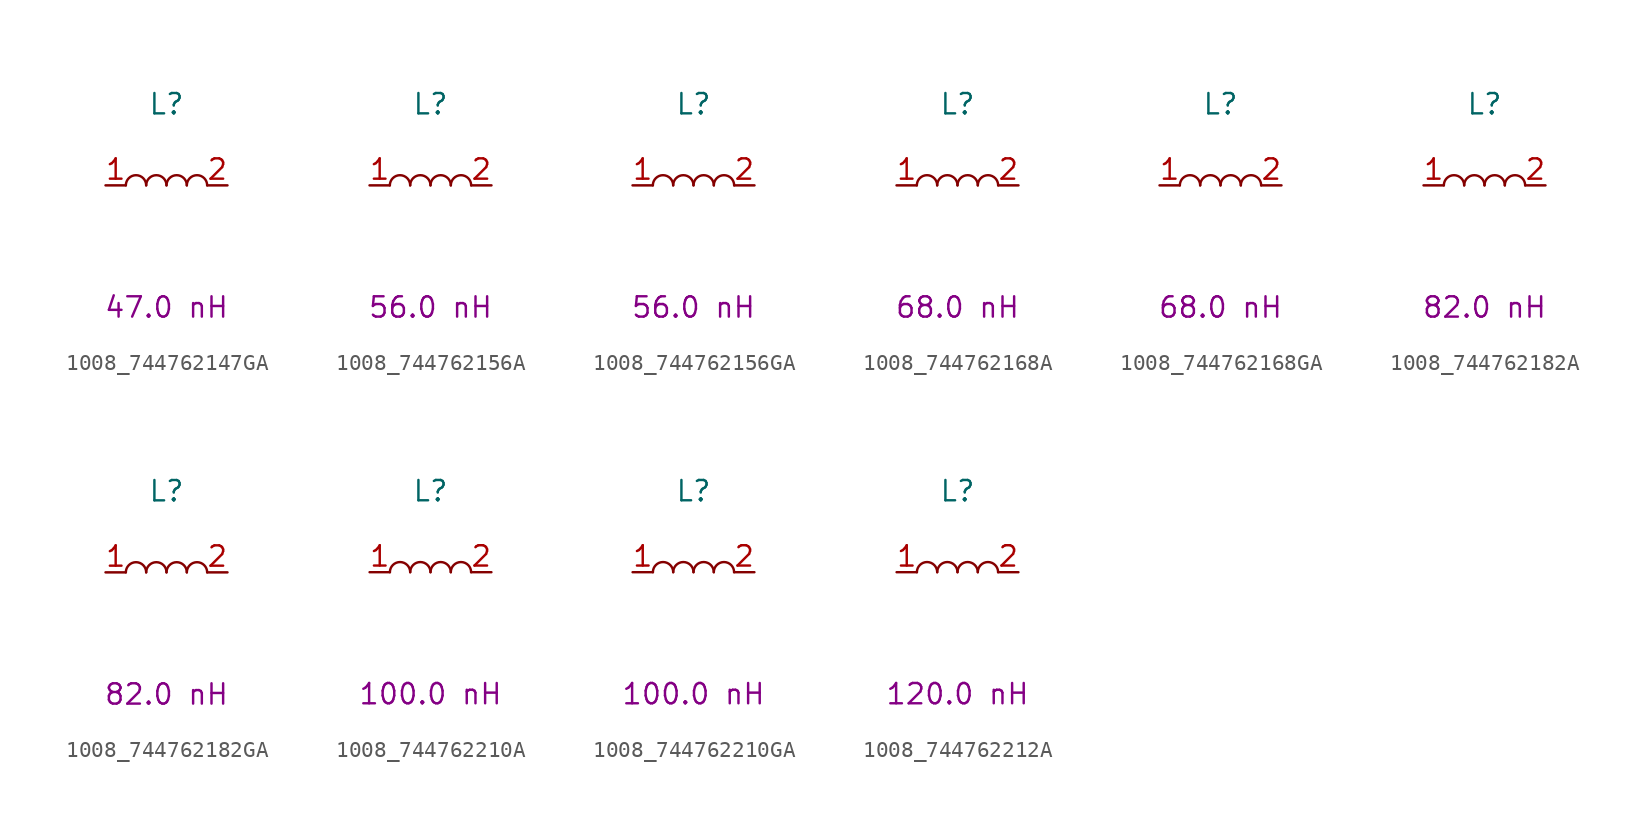
<source format=kicad_sym>
(kicad_symbol_lib
  (version 20220914)
  (generator kicad_symbol_editor)
  (symbol "1008_744762147GA"
    (pin_names hide)
    (property "Reference" "L"
      (at 0 5.08 0)
      (effects (font (size 1.27 1.27))))
    (property "Critical Parameter" "47.0 nH"
      (at 0 -7.62 0)
      (effects (font (size 1.27 1.27))))
    (symbol "1008_744762147GA_0_1"
      (arc (start -1.27 0) (mid -1.905 0.6323) (end -2.54 0) (stroke (width 0) (type default)) (fill (type none)))
      (arc (start 0 0) (mid -0.635 0.6323) (end -1.27 0) (stroke (width 0) (type default)) (fill (type none)))
      (arc (start 1.27 0) (mid 0.635 0.6323) (end 0 0) (stroke (width 0) (type default)) (fill (type none)))
      (arc (start 2.54 0) (mid 1.905 0.6323) (end 1.27 0) (stroke (width 0) (type default)) (fill (type none))))
    (symbol "1008_744762147GA_1_1"
      (pin passive line (at -3.81 0 0) (length 1.27) (name "1" (effects (font (size 1.27 1.27)))) (number "1" (effects (font (size 1.27 1.27)))))
      (pin passive line (at 3.81 0 180) (length 1.27) (name "2" (effects (font (size 1.27 1.27)))) (number "2" (effects (font (size 1.27 1.27)))))))
  (symbol "1008_744762156A"
    (pin_names hide)
    (property "Reference" "L"
      (at 0 5.08 0)
      (effects (font (size 1.27 1.27))))
    (property "Critical Parameter" "56.0 nH"
      (at 0 -7.62 0)
      (effects (font (size 1.27 1.27))))
    (symbol "1008_744762156A_0_1"
      (arc (start -1.27 0) (mid -1.905 0.6323) (end -2.54 0) (stroke (width 0) (type default)) (fill (type none)))
      (arc (start 0 0) (mid -0.635 0.6323) (end -1.27 0) (stroke (width 0) (type default)) (fill (type none)))
      (arc (start 1.27 0) (mid 0.635 0.6323) (end 0 0) (stroke (width 0) (type default)) (fill (type none)))
      (arc (start 2.54 0) (mid 1.905 0.6323) (end 1.27 0) (stroke (width 0) (type default)) (fill (type none))))
    (symbol "1008_744762156A_1_1"
      (pin passive line (at -3.81 0 0) (length 1.27) (name "1" (effects (font (size 1.27 1.27)))) (number "1" (effects (font (size 1.27 1.27)))))
      (pin passive line (at 3.81 0 180) (length 1.27) (name "2" (effects (font (size 1.27 1.27)))) (number "2" (effects (font (size 1.27 1.27)))))))
  (symbol "1008_744762156GA"
    (pin_names hide)
    (property "Reference" "L"
      (at 0 5.08 0)
      (effects (font (size 1.27 1.27))))
    (property "Critical Parameter" "56.0 nH"
      (at 0 -7.62 0)
      (effects (font (size 1.27 1.27))))
    (symbol "1008_744762156GA_0_1"
      (arc (start -1.27 0) (mid -1.905 0.6323) (end -2.54 0) (stroke (width 0) (type default)) (fill (type none)))
      (arc (start 0 0) (mid -0.635 0.6323) (end -1.27 0) (stroke (width 0) (type default)) (fill (type none)))
      (arc (start 1.27 0) (mid 0.635 0.6323) (end 0 0) (stroke (width 0) (type default)) (fill (type none)))
      (arc (start 2.54 0) (mid 1.905 0.6323) (end 1.27 0) (stroke (width 0) (type default)) (fill (type none))))
    (symbol "1008_744762156GA_1_1"
      (pin passive line (at -3.81 0 0) (length 1.27) (name "1" (effects (font (size 1.27 1.27)))) (number "1" (effects (font (size 1.27 1.27)))))
      (pin passive line (at 3.81 0 180) (length 1.27) (name "2" (effects (font (size 1.27 1.27)))) (number "2" (effects (font (size 1.27 1.27)))))))
  (symbol "1008_744762168A"
    (pin_names hide)
    (property "Reference" "L"
      (at 0 5.08 0)
      (effects (font (size 1.27 1.27))))
    (property "Critical Parameter" "68.0 nH"
      (at 0 -7.62 0)
      (effects (font (size 1.27 1.27))))
    (symbol "1008_744762168A_0_1"
      (arc (start -1.27 0) (mid -1.905 0.6323) (end -2.54 0) (stroke (width 0) (type default)) (fill (type none)))
      (arc (start 0 0) (mid -0.635 0.6323) (end -1.27 0) (stroke (width 0) (type default)) (fill (type none)))
      (arc (start 1.27 0) (mid 0.635 0.6323) (end 0 0) (stroke (width 0) (type default)) (fill (type none)))
      (arc (start 2.54 0) (mid 1.905 0.6323) (end 1.27 0) (stroke (width 0) (type default)) (fill (type none))))
    (symbol "1008_744762168A_1_1"
      (pin passive line (at -3.81 0 0) (length 1.27) (name "1" (effects (font (size 1.27 1.27)))) (number "1" (effects (font (size 1.27 1.27)))))
      (pin passive line (at 3.81 0 180) (length 1.27) (name "2" (effects (font (size 1.27 1.27)))) (number "2" (effects (font (size 1.27 1.27)))))))
  (symbol "1008_744762168GA"
    (pin_names hide)
    (property "Reference" "L"
      (at 0 5.08 0)
      (effects (font (size 1.27 1.27))))
    (property "Critical Parameter" "68.0 nH"
      (at 0 -7.62 0)
      (effects (font (size 1.27 1.27))))
    (symbol "1008_744762168GA_0_1"
      (arc (start -1.27 0) (mid -1.905 0.6323) (end -2.54 0) (stroke (width 0) (type default)) (fill (type none)))
      (arc (start 0 0) (mid -0.635 0.6323) (end -1.27 0) (stroke (width 0) (type default)) (fill (type none)))
      (arc (start 1.27 0) (mid 0.635 0.6323) (end 0 0) (stroke (width 0) (type default)) (fill (type none)))
      (arc (start 2.54 0) (mid 1.905 0.6323) (end 1.27 0) (stroke (width 0) (type default)) (fill (type none))))
    (symbol "1008_744762168GA_1_1"
      (pin passive line (at -3.81 0 0) (length 1.27) (name "1" (effects (font (size 1.27 1.27)))) (number "1" (effects (font (size 1.27 1.27)))))
      (pin passive line (at 3.81 0 180) (length 1.27) (name "2" (effects (font (size 1.27 1.27)))) (number "2" (effects (font (size 1.27 1.27)))))))
  (symbol "1008_744762182A"
    (pin_names hide)
    (property "Reference" "L"
      (at 0 5.08 0)
      (effects (font (size 1.27 1.27))))
    (property "Critical Parameter" "82.0 nH"
      (at 0 -7.62 0)
      (effects (font (size 1.27 1.27))))
    (symbol "1008_744762182A_0_1"
      (arc (start -1.27 0) (mid -1.905 0.6323) (end -2.54 0) (stroke (width 0) (type default)) (fill (type none)))
      (arc (start 0 0) (mid -0.635 0.6323) (end -1.27 0) (stroke (width 0) (type default)) (fill (type none)))
      (arc (start 1.27 0) (mid 0.635 0.6323) (end 0 0) (stroke (width 0) (type default)) (fill (type none)))
      (arc (start 2.54 0) (mid 1.905 0.6323) (end 1.27 0) (stroke (width 0) (type default)) (fill (type none))))
    (symbol "1008_744762182A_1_1"
      (pin passive line (at -3.81 0 0) (length 1.27) (name "1" (effects (font (size 1.27 1.27)))) (number "1" (effects (font (size 1.27 1.27)))))
      (pin passive line (at 3.81 0 180) (length 1.27) (name "2" (effects (font (size 1.27 1.27)))) (number "2" (effects (font (size 1.27 1.27)))))))
  (symbol "1008_744762182GA"
    (pin_names hide)
    (property "Reference" "L"
      (at 0 5.08 0)
      (effects (font (size 1.27 1.27))))
    (property "Critical Parameter" "82.0 nH"
      (at 0 -7.62 0)
      (effects (font (size 1.27 1.27))))
    (symbol "1008_744762182GA_0_1"
      (arc (start -1.27 0) (mid -1.905 0.6323) (end -2.54 0) (stroke (width 0) (type default)) (fill (type none)))
      (arc (start 0 0) (mid -0.635 0.6323) (end -1.27 0) (stroke (width 0) (type default)) (fill (type none)))
      (arc (start 1.27 0) (mid 0.635 0.6323) (end 0 0) (stroke (width 0) (type default)) (fill (type none)))
      (arc (start 2.54 0) (mid 1.905 0.6323) (end 1.27 0) (stroke (width 0) (type default)) (fill (type none))))
    (symbol "1008_744762182GA_1_1"
      (pin passive line (at -3.81 0 0) (length 1.27) (name "1" (effects (font (size 1.27 1.27)))) (number "1" (effects (font (size 1.27 1.27)))))
      (pin passive line (at 3.81 0 180) (length 1.27) (name "2" (effects (font (size 1.27 1.27)))) (number "2" (effects (font (size 1.27 1.27)))))))
  (symbol "1008_744762210A"
    (pin_names hide)
    (property "Reference" "L"
      (at 0 5.08 0)
      (effects (font (size 1.27 1.27))))
    (property "Critical Parameter" "100.0 nH"
      (at 0 -7.62 0)
      (effects (font (size 1.27 1.27))))
    (symbol "1008_744762210A_0_1"
      (arc (start -1.27 0) (mid -1.905 0.6323) (end -2.54 0) (stroke (width 0) (type default)) (fill (type none)))
      (arc (start 0 0) (mid -0.635 0.6323) (end -1.27 0) (stroke (width 0) (type default)) (fill (type none)))
      (arc (start 1.27 0) (mid 0.635 0.6323) (end 0 0) (stroke (width 0) (type default)) (fill (type none)))
      (arc (start 2.54 0) (mid 1.905 0.6323) (end 1.27 0) (stroke (width 0) (type default)) (fill (type none))))
    (symbol "1008_744762210A_1_1"
      (pin passive line (at -3.81 0 0) (length 1.27) (name "1" (effects (font (size 1.27 1.27)))) (number "1" (effects (font (size 1.27 1.27)))))
      (pin passive line (at 3.81 0 180) (length 1.27) (name "2" (effects (font (size 1.27 1.27)))) (number "2" (effects (font (size 1.27 1.27)))))))
  (symbol "1008_744762210GA"
    (pin_names hide)
    (property "Reference" "L"
      (at 0 5.08 0)
      (effects (font (size 1.27 1.27))))
    (property "Critical Parameter" "100.0 nH"
      (at 0 -7.62 0)
      (effects (font (size 1.27 1.27))))
    (symbol "1008_744762210GA_0_1"
      (arc (start -1.27 0) (mid -1.905 0.6323) (end -2.54 0) (stroke (width 0) (type default)) (fill (type none)))
      (arc (start 0 0) (mid -0.635 0.6323) (end -1.27 0) (stroke (width 0) (type default)) (fill (type none)))
      (arc (start 1.27 0) (mid 0.635 0.6323) (end 0 0) (stroke (width 0) (type default)) (fill (type none)))
      (arc (start 2.54 0) (mid 1.905 0.6323) (end 1.27 0) (stroke (width 0) (type default)) (fill (type none))))
    (symbol "1008_744762210GA_1_1"
      (pin passive line (at -3.81 0 0) (length 1.27) (name "1" (effects (font (size 1.27 1.27)))) (number "1" (effects (font (size 1.27 1.27)))))
      (pin passive line (at 3.81 0 180) (length 1.27) (name "2" (effects (font (size 1.27 1.27)))) (number "2" (effects (font (size 1.27 1.27)))))))
  (symbol "1008_744762212A"
    (pin_names hide)
    (property "Reference" "L"
      (at 0 5.08 0)
      (effects (font (size 1.27 1.27))))
    (property "Critical Parameter" "120.0 nH"
      (at 0 -7.62 0)
      (effects (font (size 1.27 1.27))))
    (symbol "1008_744762212A_0_1"
      (arc (start -1.27 0) (mid -1.905 0.6323) (end -2.54 0) (stroke (width 0) (type default)) (fill (type none)))
      (arc (start 0 0) (mid -0.635 0.6323) (end -1.27 0) (stroke (width 0) (type default)) (fill (type none)))
      (arc (start 1.27 0) (mid 0.635 0.6323) (end 0 0) (stroke (width 0) (type default)) (fill (type none)))
      (arc (start 2.54 0) (mid 1.905 0.6323) (end 1.27 0) (stroke (width 0) (type default)) (fill (type none))))
    (symbol "1008_744762212A_1_1"
      (pin passive line (at -3.81 0 0) (length 1.27) (name "1" (effects (font (size 1.27 1.27)))) (number "1" (effects (font (size 1.27 1.27)))))
      (pin passive line (at 3.81 0 180) (length 1.27) (name "2" (effects (font (size 1.27 1.27)))) (number "2" (effects (font (size 1.27 1.27))))))))
</source>
